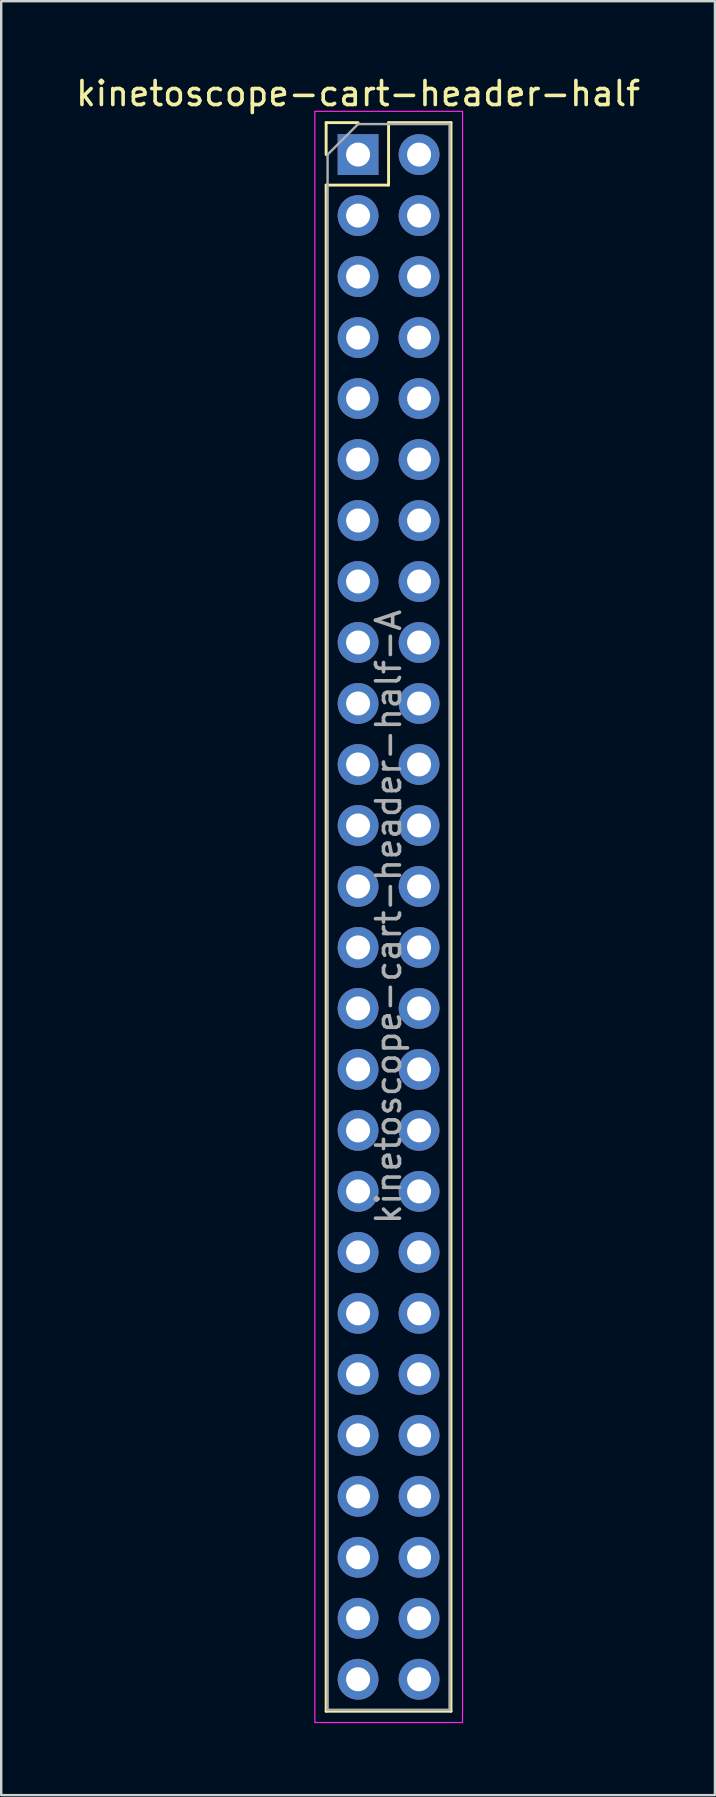
<source format=kicad_pcb>
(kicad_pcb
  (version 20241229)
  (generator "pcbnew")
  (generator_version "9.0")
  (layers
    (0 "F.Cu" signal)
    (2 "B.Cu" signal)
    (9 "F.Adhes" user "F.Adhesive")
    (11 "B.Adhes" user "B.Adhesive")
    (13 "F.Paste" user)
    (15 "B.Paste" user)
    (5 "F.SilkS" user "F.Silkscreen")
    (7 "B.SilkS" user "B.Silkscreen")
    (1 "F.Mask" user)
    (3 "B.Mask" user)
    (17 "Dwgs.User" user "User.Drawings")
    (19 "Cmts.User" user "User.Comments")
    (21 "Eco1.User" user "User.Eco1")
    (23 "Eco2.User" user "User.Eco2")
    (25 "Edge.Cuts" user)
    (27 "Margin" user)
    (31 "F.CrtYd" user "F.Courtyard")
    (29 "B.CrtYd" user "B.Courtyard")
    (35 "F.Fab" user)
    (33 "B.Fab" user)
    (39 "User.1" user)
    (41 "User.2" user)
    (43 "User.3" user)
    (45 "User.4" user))
  (footprint "kinetoscope-cart-header-half"
    (layer "F.Cu")
    (at 11.863 3.388)
    (property "Reference" "kinetoscope-cart-header-half" (at 0 -2.54 0) (unlocked yes) (layer "F.SilkS") (effects (font (size 1 1) (thickness 0.15))))
    (attr through_hole)
    (fp_line (start -1.33 -1.33) (end 0 -1.33) (stroke (width 0.12) (type solid)) (layer "F.SilkS"))
    (fp_line (start -1.33 0) (end -1.33 -1.33) (stroke (width 0.12) (type solid)) (layer "F.SilkS"))
    (fp_line (start -1.33 1.27) (end -1.33 64.83) (stroke (width 0.12) (type solid)) (layer "F.SilkS"))
    (fp_line (start -1.33 1.27) (end 1.27 1.27) (stroke (width 0.12) (type solid)) (layer "F.SilkS"))
    (fp_line (start -1.33 64.83) (end 3.87 64.83) (stroke (width 0.12) (type solid)) (layer "F.SilkS"))
    (fp_line (start 1.27 -1.33) (end 3.87 -1.33) (stroke (width 0.12) (type solid)) (layer "F.SilkS"))
    (fp_line (start 1.27 1.27) (end 1.27 -1.33) (stroke (width 0.12) (type solid)) (layer "F.SilkS"))
    (fp_line (start 3.87 -1.33) (end 3.87 64.83) (stroke (width 0.12) (type solid)) (layer "F.SilkS"))
    (fp_line (start -1.8 -1.8) (end -1.8 65.3) (stroke (width 0.05) (type solid)) (layer "F.CrtYd"))
    (fp_line (start -1.8 65.3) (end 4.35 65.3) (stroke (width 0.05) (type solid)) (layer "F.CrtYd"))
    (fp_line (start 4.35 -1.8) (end -1.8 -1.8) (stroke (width 0.05) (type solid)) (layer "F.CrtYd"))
    (fp_line (start 4.35 65.3) (end 4.35 -1.8) (stroke (width 0.05) (type solid)) (layer "F.CrtYd"))
    (fp_line (start -1.27 0) (end 0 -1.27) (stroke (width 0.1) (type solid)) (layer "F.Fab"))
    (fp_line (start -1.27 64.77) (end -1.27 0) (stroke (width 0.1) (type solid)) (layer "F.Fab"))
    (fp_line (start 0 -1.27) (end 3.81 -1.27) (stroke (width 0.1) (type solid)) (layer "F.Fab"))
    (fp_line (start 3.81 -1.27) (end 3.81 64.77) (stroke (width 0.1) (type solid)) (layer "F.Fab"))
    (fp_line (start 3.81 64.77) (end -1.27 64.77) (stroke (width 0.1) (type solid)) (layer "F.Fab"))
    (fp_text user "${REFERENCE}-A" (at 1.27 31.75 90) (layer "F.Fab") (effects (font (size 1 1) (thickness 0.15))))
    (pad "1" thru_hole rect (at 0 0) (size 1.7 1.7) (drill 1) (layers "*.Cu" "*.Mask"))
    (pad "2" thru_hole oval (at 2.54 0) (size 1.7 1.7) (drill 1) (layers "*.Cu" "*.Mask"))
    (pad "3" thru_hole oval (at 0 2.54) (size 1.7 1.7) (drill 1) (layers "*.Cu" "*.Mask"))
    (pad "4" thru_hole oval (at 2.54 2.54) (size 1.7 1.7) (drill 1) (layers "*.Cu" "*.Mask"))
    (pad "5" thru_hole oval (at 0 5.08) (size 1.7 1.7) (drill 1) (layers "*.Cu" "*.Mask"))
    (pad "6" thru_hole oval (at 2.54 5.08) (size 1.7 1.7) (drill 1) (layers "*.Cu" "*.Mask"))
    (pad "7" thru_hole oval (at 0 7.62) (size 1.7 1.7) (drill 1) (layers "*.Cu" "*.Mask"))
    (pad "8" thru_hole oval (at 2.54 7.62) (size 1.7 1.7) (drill 1) (layers "*.Cu" "*.Mask"))
    (pad "9" thru_hole oval (at 0 10.16) (size 1.7 1.7) (drill 1) (layers "*.Cu" "*.Mask"))
    (pad "10" thru_hole oval (at 2.54 10.16) (size 1.7 1.7) (drill 1) (layers "*.Cu" "*.Mask"))
    (pad "11" thru_hole oval (at 0 12.7) (size 1.7 1.7) (drill 1) (layers "*.Cu" "*.Mask"))
    (pad "12" thru_hole oval (at 2.54 12.7) (size 1.7 1.7) (drill 1) (layers "*.Cu" "*.Mask"))
    (pad "13" thru_hole oval (at 0 15.24) (size 1.7 1.7) (drill 1) (layers "*.Cu" "*.Mask"))
    (pad "14" thru_hole oval (at 2.54 15.24) (size 1.7 1.7) (drill 1) (layers "*.Cu" "*.Mask"))
    (pad "15" thru_hole oval (at 0 17.78) (size 1.7 1.7) (drill 1) (layers "*.Cu" "*.Mask"))
    (pad "16" thru_hole oval (at 2.54 17.78) (size 1.7 1.7) (drill 1) (layers "*.Cu" "*.Mask"))
    (pad "17" thru_hole oval (at 0 20.32) (size 1.7 1.7) (drill 1) (layers "*.Cu" "*.Mask"))
    (pad "18" thru_hole oval (at 2.54 20.32) (size 1.7 1.7) (drill 1) (layers "*.Cu" "*.Mask"))
    (pad "19" thru_hole oval (at 0 22.86) (size 1.7 1.7) (drill 1) (layers "*.Cu" "*.Mask"))
    (pad "20" thru_hole oval (at 2.54 22.86) (size 1.7 1.7) (drill 1) (layers "*.Cu" "*.Mask"))
    (pad "21" thru_hole oval (at 0 25.4) (size 1.7 1.7) (drill 1) (layers "*.Cu" "*.Mask"))
    (pad "22" thru_hole oval (at 2.54 25.4) (size 1.7 1.7) (drill 1) (layers "*.Cu" "*.Mask"))
    (pad "23" thru_hole oval (at 0 27.94) (size 1.7 1.7) (drill 1) (layers "*.Cu" "*.Mask"))
    (pad "24" thru_hole oval (at 2.54 27.94) (size 1.7 1.7) (drill 1) (layers "*.Cu" "*.Mask"))
    (pad "25" thru_hole oval (at 0 30.48) (size 1.7 1.7) (drill 1) (layers "*.Cu" "*.Mask"))
    (pad "26" thru_hole oval (at 2.54 30.48) (size 1.7 1.7) (drill 1) (layers "*.Cu" "*.Mask"))
    (pad "27" thru_hole oval (at 0 33.02) (size 1.7 1.7) (drill 1) (layers "*.Cu" "*.Mask"))
    (pad "28" thru_hole oval (at 2.54 33.02) (size 1.7 1.7) (drill 1) (layers "*.Cu" "*.Mask"))
    (pad "29" thru_hole oval (at 0 35.56) (size 1.7 1.7) (drill 1) (layers "*.Cu" "*.Mask"))
    (pad "30" thru_hole oval (at 2.54 35.56) (size 1.7 1.7) (drill 1) (layers "*.Cu" "*.Mask"))
    (pad "31" thru_hole oval (at 0 38.1) (size 1.7 1.7) (drill 1) (layers "*.Cu" "*.Mask"))
    (pad "32" thru_hole oval (at 2.54 38.1) (size 1.7 1.7) (drill 1) (layers "*.Cu" "*.Mask"))
    (pad "33" thru_hole oval (at 0 40.64) (size 1.7 1.7) (drill 1) (layers "*.Cu" "*.Mask"))
    (pad "34" thru_hole oval (at 2.54 40.64) (size 1.7 1.7) (drill 1) (layers "*.Cu" "*.Mask"))
    (pad "35" thru_hole oval (at 0 43.18) (size 1.7 1.7) (drill 1) (layers "*.Cu" "*.Mask"))
    (pad "36" thru_hole oval (at 2.54 43.18) (size 1.7 1.7) (drill 1) (layers "*.Cu" "*.Mask"))
    (pad "37" thru_hole oval (at 0 45.72) (size 1.7 1.7) (drill 1) (layers "*.Cu" "*.Mask"))
    (pad "38" thru_hole oval (at 2.54 45.72) (size 1.7 1.7) (drill 1) (layers "*.Cu" "*.Mask"))
    (pad "39" thru_hole oval (at 0 48.26) (size 1.7 1.7) (drill 1) (layers "*.Cu" "*.Mask"))
    (pad "40" thru_hole oval (at 2.54 48.26) (size 1.7 1.7) (drill 1) (layers "*.Cu" "*.Mask"))
    (pad "41" thru_hole oval (at 0 50.8) (size 1.7 1.7) (drill 1) (layers "*.Cu" "*.Mask"))
    (pad "42" thru_hole oval (at 2.54 50.8) (size 1.7 1.7) (drill 1) (layers "*.Cu" "*.Mask"))
    (pad "43" thru_hole oval (at 0 53.34) (size 1.7 1.7) (drill 1) (layers "*.Cu" "*.Mask"))
    (pad "44" thru_hole oval (at 2.54 53.34) (size 1.7 1.7) (drill 1) (layers "*.Cu" "*.Mask"))
    (pad "45" thru_hole oval (at 0 55.88) (size 1.7 1.7) (drill 1) (layers "*.Cu" "*.Mask"))
    (pad "46" thru_hole oval (at 2.54 55.88) (size 1.7 1.7) (drill 1) (layers "*.Cu" "*.Mask"))
    (pad "47" thru_hole oval (at 0 58.42) (size 1.7 1.7) (drill 1) (layers "*.Cu" "*.Mask"))
    (pad "48" thru_hole oval (at 2.54 58.42) (size 1.7 1.7) (drill 1) (layers "*.Cu" "*.Mask"))
    (pad "49" thru_hole oval (at 0 60.96) (size 1.7 1.7) (drill 1) (layers "*.Cu" "*.Mask"))
    (pad "50" thru_hole oval (at 2.54 60.96) (size 1.7 1.7) (drill 1) (layers "*.Cu" "*.Mask"))
    (pad "51" thru_hole oval (at 0 63.5) (size 1.7 1.7) (drill 1) (layers "*.Cu" "*.Mask"))
    (pad "52" thru_hole oval (at 2.54 63.5) (size 1.7 1.7) (drill 1) (layers "*.Cu" "*.Mask")))
  (gr_rect
    (start -3 -3)
    (end 26.726 71.713)
    (stroke (width 0.1) (type default))
    (fill no)
    (layer "Edge.Cuts")))
</source>
